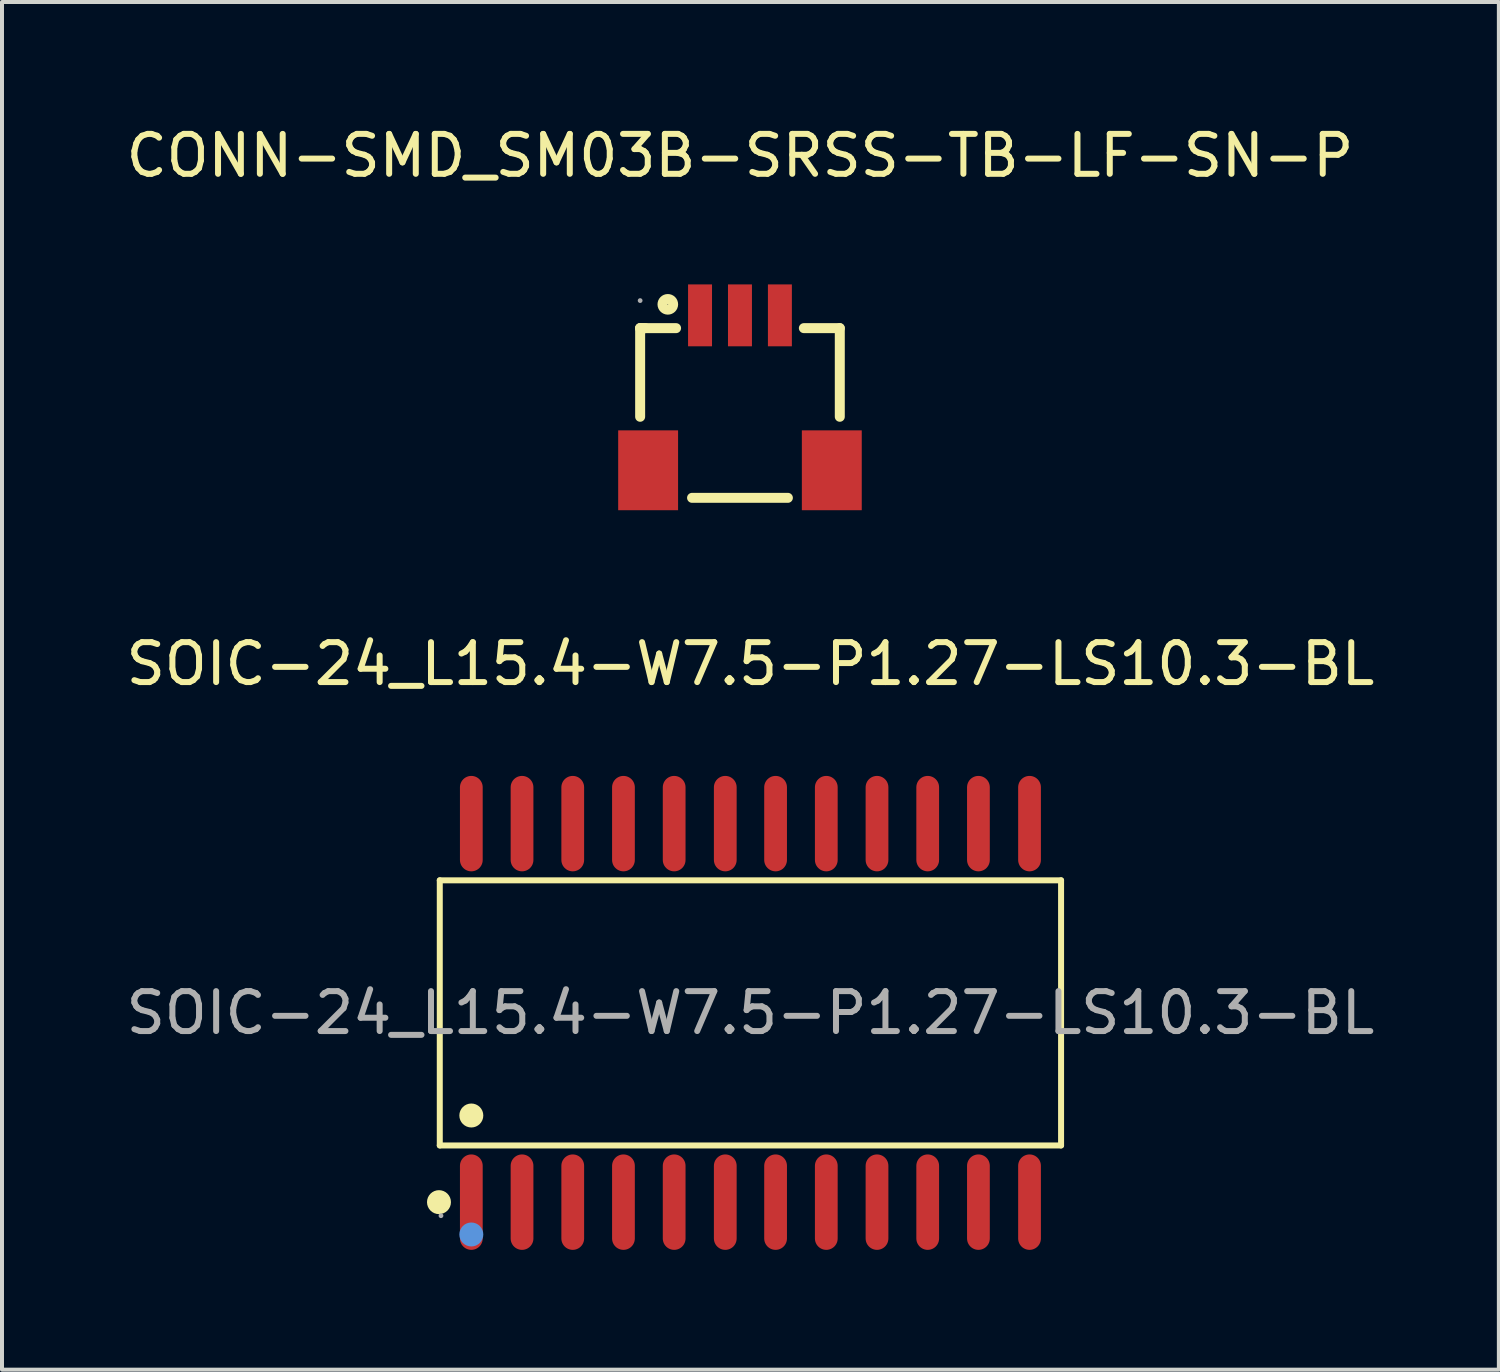
<source format=kicad_pcb>
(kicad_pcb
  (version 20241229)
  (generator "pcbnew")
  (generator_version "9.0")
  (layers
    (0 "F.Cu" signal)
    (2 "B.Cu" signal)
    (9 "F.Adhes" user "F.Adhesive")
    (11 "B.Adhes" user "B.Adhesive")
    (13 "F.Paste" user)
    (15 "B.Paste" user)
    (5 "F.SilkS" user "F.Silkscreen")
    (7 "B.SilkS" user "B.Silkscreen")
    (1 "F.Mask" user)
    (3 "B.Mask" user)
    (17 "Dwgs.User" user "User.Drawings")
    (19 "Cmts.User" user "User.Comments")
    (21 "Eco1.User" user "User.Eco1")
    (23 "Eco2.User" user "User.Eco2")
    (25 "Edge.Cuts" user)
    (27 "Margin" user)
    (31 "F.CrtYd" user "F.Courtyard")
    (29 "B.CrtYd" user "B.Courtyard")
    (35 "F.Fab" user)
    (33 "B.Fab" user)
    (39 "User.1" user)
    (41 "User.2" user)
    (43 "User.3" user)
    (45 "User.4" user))
  (footprint "SOIC-24_L15.4-W7.5-P1.27-LS10.3-BL"
    (layer "F.Cu")
    (at 15.744 22.317)
    (property "Reference" "SOIC-24_L15.4-W7.5-P1.27-LS10.3-BL" (at 0 -8.74 0) (layer "F.SilkS") (effects (font (size 1 1) (thickness 0.15))))
    (attr smd)
    (fp_line (start -7.78 -3.32) (end 7.78 -3.32) (stroke (width 0.15) (type solid)) (layer "F.SilkS"))
    (fp_line (start -7.78 3.32) (end -7.78 -3.32) (stroke (width 0.15) (type solid)) (layer "F.SilkS"))
    (fp_line (start 7.78 -3.32) (end 7.78 3.32) (stroke (width 0.15) (type solid)) (layer "F.SilkS"))
    (fp_line (start 7.78 3.32) (end -7.78 3.32) (stroke (width 0.15) (type solid)) (layer "F.SilkS"))
    (fp_circle (center -7.8 4.74) (end -7.65 4.74) (stroke (width 0.3) (type solid)) (fill no) (layer "F.SilkS"))
    (fp_circle (center -6.99 2.57) (end -6.84 2.57) (stroke (width 0.3) (type solid)) (fill no) (layer "F.SilkS"))
    (fp_circle (center -6.99 5.55) (end -6.84 5.55) (stroke (width 0.3) (type solid)) (fill no) (layer "Cmts.User"))
    (fp_circle (center -7.75 5.08) (end -7.72 5.08) (stroke (width 0.06) (type solid)) (fill no) (layer "F.Fab"))
    (fp_text user "${REFERENCE}" (at 0 0 0) (layer "F.Fab") (effects (font (size 1 1) (thickness 0.15))))
    (pad "1" smd oval (at -6.99 4.74) (size 0.57 2.39) (layers "F.Cu" "F.Mask" "F.Paste"))
    (pad "2" smd oval (at -5.72 4.74) (size 0.57 2.39) (layers "F.Cu" "F.Mask" "F.Paste"))
    (pad "3" smd oval (at -4.45 4.74) (size 0.57 2.39) (layers "F.Cu" "F.Mask" "F.Paste"))
    (pad "4" smd oval (at -3.18 4.74) (size 0.57 2.39) (layers "F.Cu" "F.Mask" "F.Paste"))
    (pad "5" smd oval (at -1.91 4.74) (size 0.57 2.39) (layers "F.Cu" "F.Mask" "F.Paste"))
    (pad "6" smd oval (at -0.63 4.74) (size 0.57 2.39) (layers "F.Cu" "F.Mask" "F.Paste"))
    (pad "7" smd oval (at 0.63 4.74) (size 0.57 2.39) (layers "F.Cu" "F.Mask" "F.Paste"))
    (pad "8" smd oval (at 1.9 4.74) (size 0.57 2.39) (layers "F.Cu" "F.Mask" "F.Paste"))
    (pad "9" smd oval (at 3.17 4.74) (size 0.57 2.39) (layers "F.Cu" "F.Mask" "F.Paste"))
    (pad "10" smd oval (at 4.44 4.74) (size 0.57 2.39) (layers "F.Cu" "F.Mask" "F.Paste"))
    (pad "11" smd oval (at 5.71 4.74) (size 0.57 2.39) (layers "F.Cu" "F.Mask" "F.Paste"))
    (pad "12" smd oval (at 6.99 4.74) (size 0.57 2.39) (layers "F.Cu" "F.Mask" "F.Paste"))
    (pad "13" smd oval (at 6.99 -4.74) (size 0.57 2.39) (layers "F.Cu" "F.Mask" "F.Paste"))
    (pad "14" smd oval (at 5.71 -4.74) (size 0.57 2.39) (layers "F.Cu" "F.Mask" "F.Paste"))
    (pad "15" smd oval (at 4.44 -4.74) (size 0.57 2.39) (layers "F.Cu" "F.Mask" "F.Paste"))
    (pad "16" smd oval (at 3.17 -4.74) (size 0.57 2.39) (layers "F.Cu" "F.Mask" "F.Paste"))
    (pad "17" smd oval (at 1.9 -4.74) (size 0.57 2.39) (layers "F.Cu" "F.Mask" "F.Paste"))
    (pad "18" smd oval (at 0.63 -4.74) (size 0.57 2.39) (layers "F.Cu" "F.Mask" "F.Paste"))
    (pad "19" smd oval (at -0.63 -4.74) (size 0.57 2.39) (layers "F.Cu" "F.Mask" "F.Paste"))
    (pad "20" smd oval (at -1.91 -4.74) (size 0.57 2.39) (layers "F.Cu" "F.Mask" "F.Paste"))
    (pad "21" smd oval (at -3.18 -4.74) (size 0.57 2.39) (layers "F.Cu" "F.Mask" "F.Paste"))
    (pad "22" smd oval (at -4.45 -4.74) (size 0.57 2.39) (layers "F.Cu" "F.Mask" "F.Paste"))
    (pad "23" smd oval (at -5.72 -4.74) (size 0.57 2.39) (layers "F.Cu" "F.Mask" "F.Paste"))
    (pad "24" smd oval (at -6.99 -4.74) (size 0.57 2.39) (layers "F.Cu" "F.Mask" "F.Paste")))
  (footprint "CONN-SMD_SM03B-SRSS-TB-LF-SN-P"
    (layer "F.Cu")
    (at 15.482 6.788)
    (property "Reference" "CONN-SMD_SM03B-SRSS-TB-LF-SN-P" (at 0 -5.94 0) (layer "F.SilkS") (effects (font (size 1 1) (thickness 0.15))))
    (attr smd)
    (fp_line (start -2.5 -1.62) (end -2.5 0.6) (stroke (width 0.25) (type solid)) (layer "F.SilkS"))
    (fp_line (start -2.5 -1.62) (end -1.6 -1.62) (stroke (width 0.25) (type solid)) (layer "F.SilkS"))
    (fp_line (start -2.37 -1.62) (end -2.5 -1.62) (stroke (width 0.25) (type solid)) (layer "F.SilkS"))
    (fp_line (start -1.2 2.63) (end 1.2 2.63) (stroke (width 0.25) (type solid)) (layer "F.SilkS"))
    (fp_line (start 1.6 -1.62) (end 2.5 -1.62) (stroke (width 0.25) (type solid)) (layer "F.SilkS"))
    (fp_line (start 2.5 -1.62) (end 2.5 0.6) (stroke (width 0.25) (type solid)) (layer "F.SilkS"))
    (fp_circle (center -1.807 -2.216) (end -1.68 -2.176) (stroke (width 0.25) (type solid)) (fill no) (layer "F.SilkS"))
    (fp_circle (center -2.5 -2.31) (end -2.47 -2.31) (stroke (width 0.06) (type solid)) (fill no) (layer "F.Fab"))
    (pad "1" smd rect (at -1 -1.94) (size 0.6 1.55) (layers "F.Cu" "F.Mask" "F.Paste"))
    (pad "2" smd rect (at 0 -1.94) (size 0.6 1.55) (layers "F.Cu" "F.Mask" "F.Paste"))
    (pad "3" smd rect (at 1 -1.94) (size 0.6 1.55) (layers "F.Cu" "F.Mask" "F.Paste"))
    (pad "4" smd rect (at 2.3 1.94) (size 1.5 2) (layers "F.Cu" "F.Mask" "F.Paste"))
    (pad "5" smd rect (at -2.3 1.94) (size 1.5 2) (layers "F.Cu" "F.Mask" "F.Paste")))
  (gr_rect
    (start -3 -3)
    (end 34.488 31.252)
    (stroke (width 0.1) (type default))
    (fill no)
    (layer "Edge.Cuts")))
</source>
